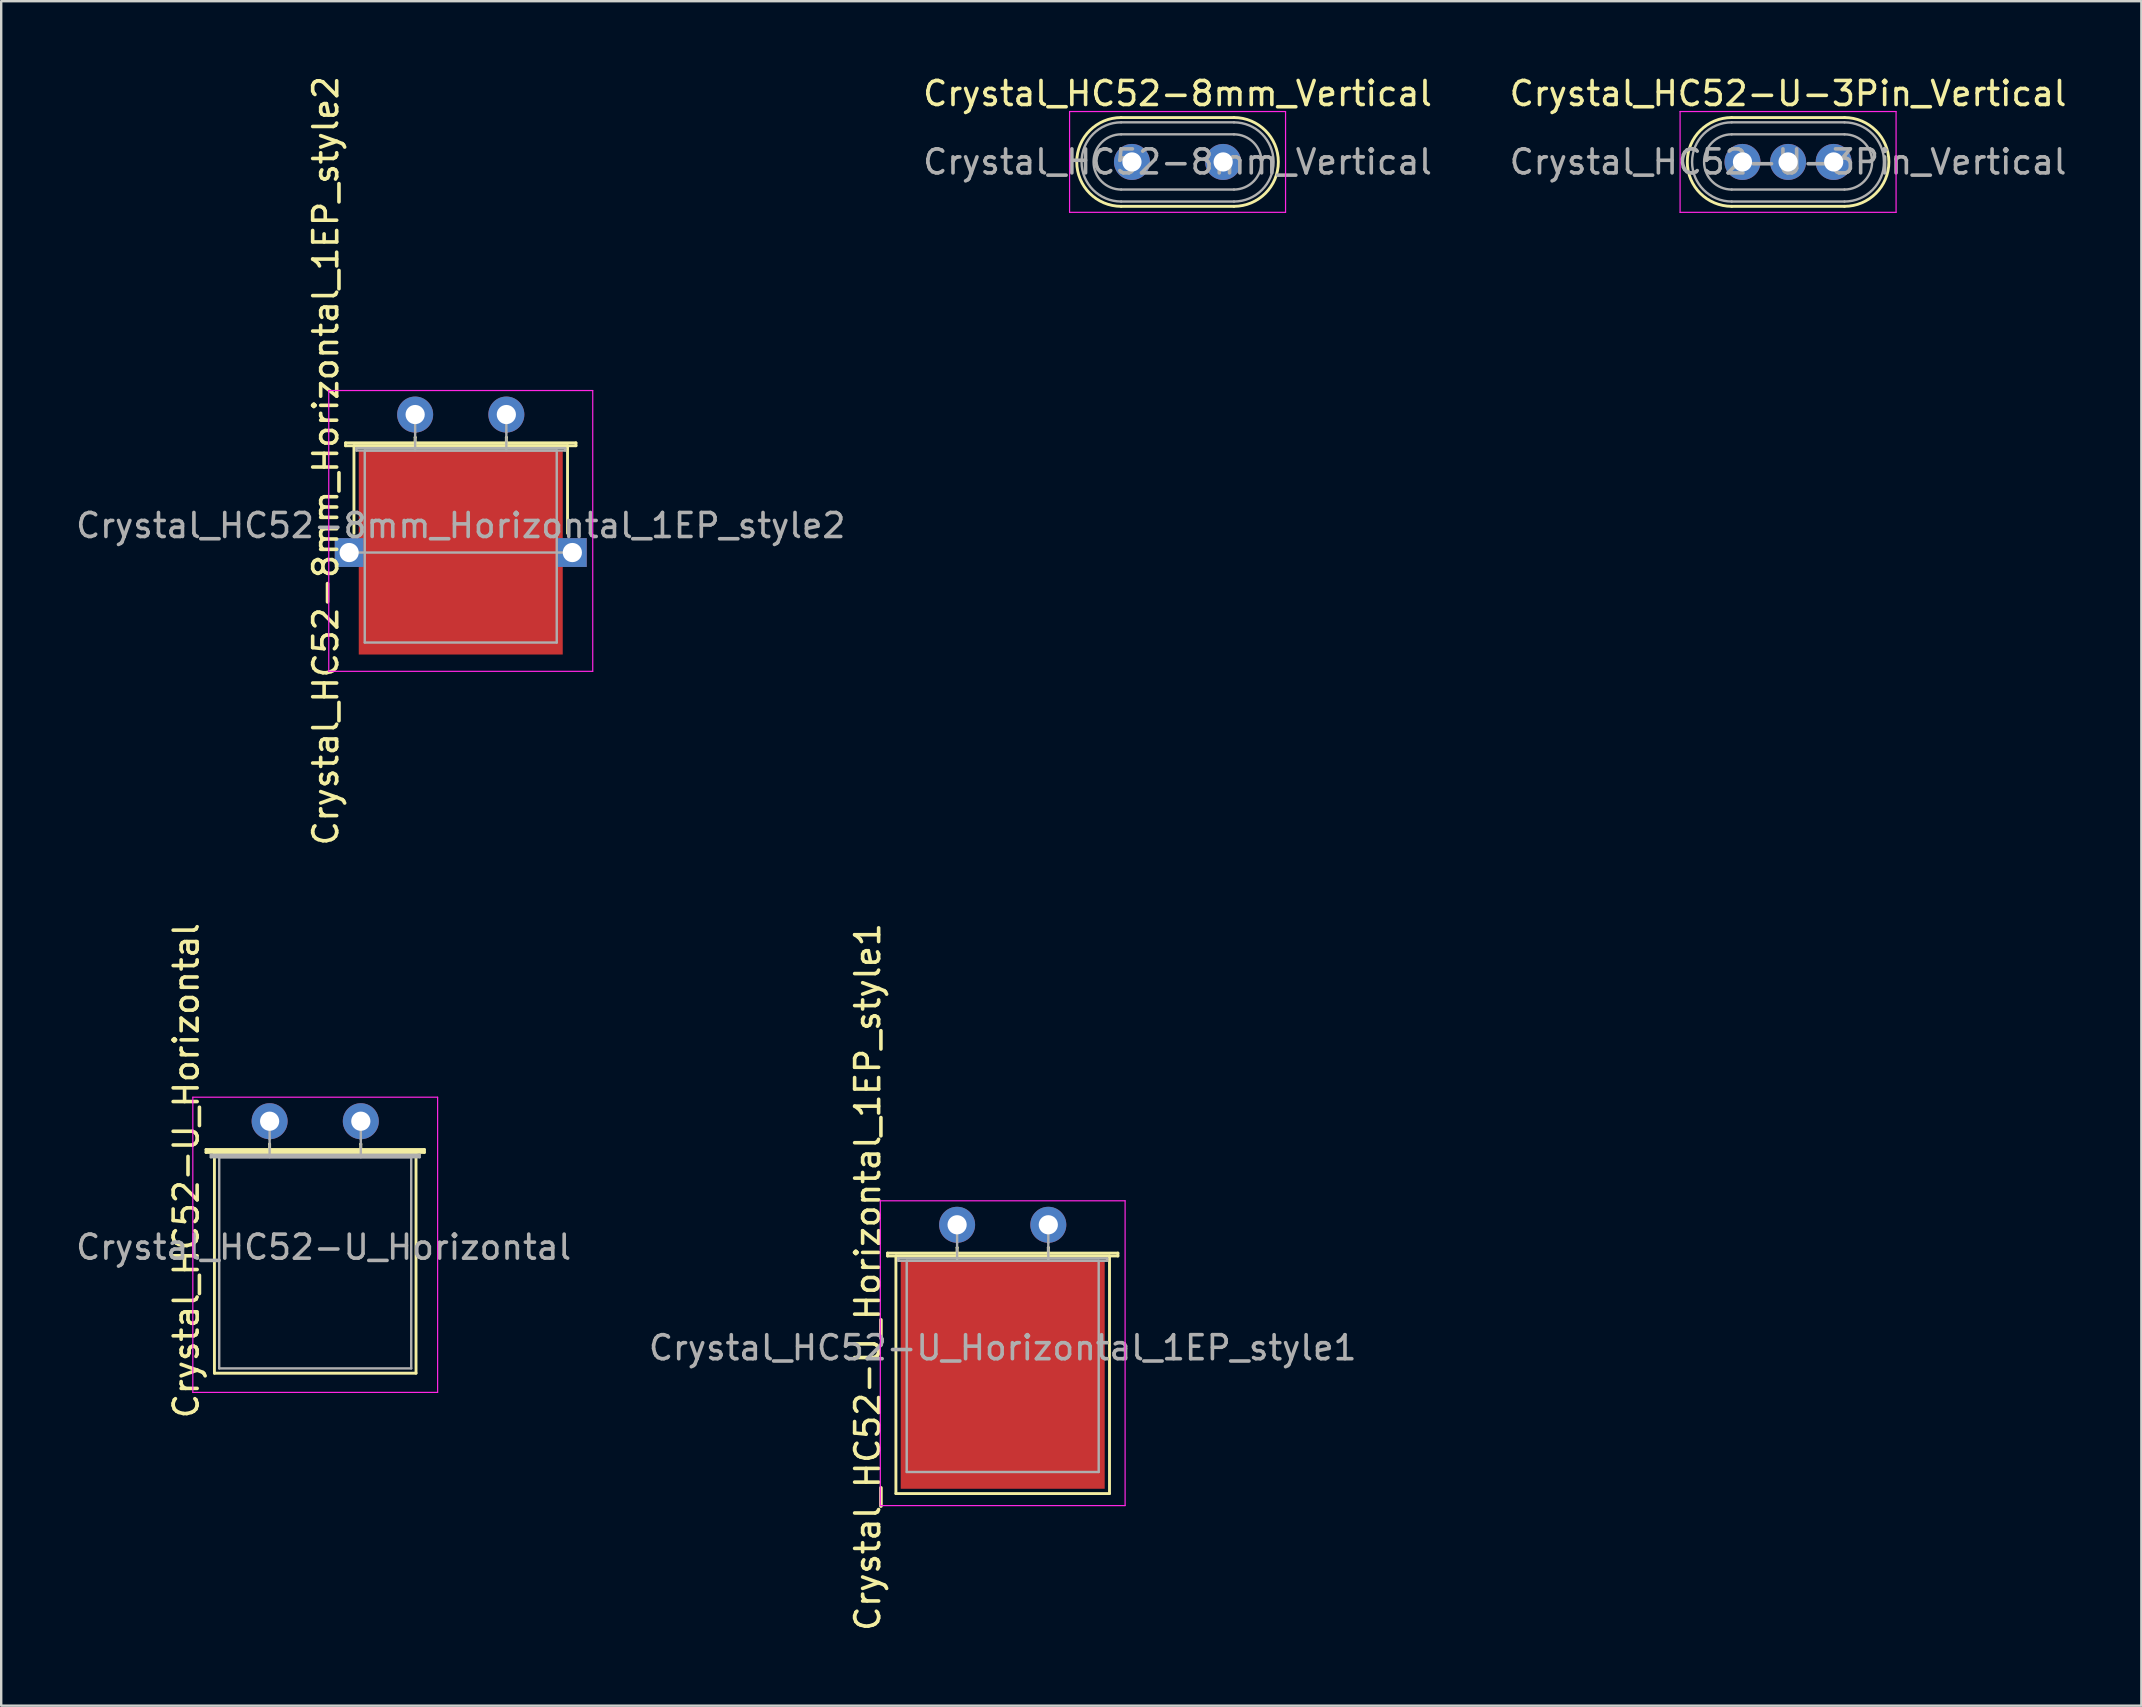
<source format=kicad_pcb>
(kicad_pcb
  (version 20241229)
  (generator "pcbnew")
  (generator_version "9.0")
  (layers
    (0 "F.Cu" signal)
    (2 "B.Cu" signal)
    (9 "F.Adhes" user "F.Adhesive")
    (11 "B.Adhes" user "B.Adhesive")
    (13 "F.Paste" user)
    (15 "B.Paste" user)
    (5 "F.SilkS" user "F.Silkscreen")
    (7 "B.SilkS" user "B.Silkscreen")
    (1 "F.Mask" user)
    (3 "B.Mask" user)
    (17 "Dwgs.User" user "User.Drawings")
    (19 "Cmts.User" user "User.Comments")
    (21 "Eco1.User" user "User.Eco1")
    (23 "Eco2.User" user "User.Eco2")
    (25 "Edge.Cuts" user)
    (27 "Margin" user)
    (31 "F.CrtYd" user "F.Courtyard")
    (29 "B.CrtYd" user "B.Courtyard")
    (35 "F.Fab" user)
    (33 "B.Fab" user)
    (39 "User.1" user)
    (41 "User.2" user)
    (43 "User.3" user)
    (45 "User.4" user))
  (footprint "Crystal_HC52-8mm_Vertical"
    (layer "F.Cu")
    (at 44.118 3.698)
    (property "Reference" "Crystal_HC52-8mm_Vertical" (at 1.9 -2.85 0) (layer "F.SilkS") (effects (font (size 1 1) (thickness 0.15))))
    (attr through_hole)
    (fp_line (start -0.45 -1.85) (end 4.25 -1.85) (stroke (width 0.12) (type solid)) (layer "F.SilkS"))
    (fp_line (start -0.45 1.85) (end 4.25 1.85) (stroke (width 0.12) (type solid)) (layer "F.SilkS"))
    (fp_arc (start -0.45 1.85) (mid -2.3 0) (end -0.45 -1.85) (stroke (width 0.12) (type solid)) (layer "F.SilkS"))
    (fp_arc (start 4.25 -1.85) (mid 6.1 0) (end 4.25 1.85) (stroke (width 0.12) (type solid)) (layer "F.SilkS"))
    (fp_line (start -2.6 -2.1) (end -2.6 2.1) (stroke (width 0.05) (type solid)) (layer "F.CrtYd"))
    (fp_line (start -2.6 2.1) (end 6.4 2.1) (stroke (width 0.05) (type solid)) (layer "F.CrtYd"))
    (fp_line (start 6.4 -2.1) (end -2.6 -2.1) (stroke (width 0.05) (type solid)) (layer "F.CrtYd"))
    (fp_line (start 6.4 2.1) (end 6.4 -2.1) (stroke (width 0.05) (type solid)) (layer "F.CrtYd"))
    (fp_line (start -0.45 -1.65) (end 4.25 -1.65) (stroke (width 0.1) (type solid)) (layer "F.Fab"))
    (fp_line (start -0.45 -1.15) (end 4.25 -1.15) (stroke (width 0.1) (type solid)) (layer "F.Fab"))
    (fp_line (start -0.45 1.15) (end 4.25 1.15) (stroke (width 0.1) (type solid)) (layer "F.Fab"))
    (fp_line (start -0.45 1.65) (end 4.25 1.65) (stroke (width 0.1) (type solid)) (layer "F.Fab"))
    (fp_arc (start -0.45 1.15) (mid -1.6 0) (end -0.45 -1.15) (stroke (width 0.1) (type solid)) (layer "F.Fab"))
    (fp_arc (start -0.45 1.65) (mid -2.1 0) (end -0.45 -1.65) (stroke (width 0.1) (type solid)) (layer "F.Fab"))
    (fp_arc (start 4.25 -1.65) (mid 5.9 0) (end 4.25 1.65) (stroke (width 0.1) (type solid)) (layer "F.Fab"))
    (fp_arc (start 4.25 -1.15) (mid 5.4 0) (end 4.25 1.15) (stroke (width 0.1) (type solid)) (layer "F.Fab"))
    (fp_text user "${REFERENCE}" (at 1.9 0 0) (layer "F.Fab") (effects (font (size 1 1) (thickness 0.15))))
    (pad "1" thru_hole circle (at 0 0) (size 1.5 1.5) (drill 0.8) (layers "*.Cu" "*.Mask"))
    (pad "2" thru_hole circle (at 3.8 0) (size 1.5 1.5) (drill 0.8) (layers "*.Cu" "*.Mask")))
  (footprint "Crystal_HC52-U_Horizontal_1EP_style1"
    (layer "F.Cu")
    (at 36.832 47.986)
    (property "Reference" "Crystal_HC52-U_Horizontal_1EP_style1" (at -3.725 2.175 90) (layer "F.SilkS") (effects (font (size 1 1) (thickness 0.15))))
    (attr through_hole)
    (fp_line (start -2.9 1.18) (end 6.7 1.18) (stroke (width 0.12) (type solid)) (layer "F.SilkS"))
    (fp_line (start -2.9 1.3) (end -2.9 1.18) (stroke (width 0.12) (type solid)) (layer "F.SilkS"))
    (fp_line (start -2.55 1.3) (end -2.55 11.2) (stroke (width 0.12) (type solid)) (layer "F.SilkS"))
    (fp_line (start -2.55 11.2) (end 6.35 11.2) (stroke (width 0.12) (type solid)) (layer "F.SilkS"))
    (fp_line (start 0 0.95) (end 0 0.95) (stroke (width 0.12) (type solid)) (layer "F.SilkS"))
    (fp_line (start 0 1.3) (end 0 0.95) (stroke (width 0.12) (type solid)) (layer "F.SilkS"))
    (fp_line (start 3.8 0.95) (end 3.8 0.95) (stroke (width 0.12) (type solid)) (layer "F.SilkS"))
    (fp_line (start 3.8 1.3) (end 3.8 0.95) (stroke (width 0.12) (type solid)) (layer "F.SilkS"))
    (fp_line (start 6.35 1.3) (end -2.55 1.3) (stroke (width 0.12) (type solid)) (layer "F.SilkS"))
    (fp_line (start 6.35 11.2) (end 6.35 1.3) (stroke (width 0.12) (type solid)) (layer "F.SilkS"))
    (fp_line (start 6.7 1.18) (end 6.7 1.3) (stroke (width 0.12) (type solid)) (layer "F.SilkS"))
    (fp_line (start 6.7 1.3) (end -2.9 1.3) (stroke (width 0.12) (type solid)) (layer "F.SilkS"))
    (fp_line (start -3.2 -1) (end -3.2 11.7) (stroke (width 0.05) (type solid)) (layer "F.CrtYd"))
    (fp_line (start -3.2 11.7) (end 7 11.7) (stroke (width 0.05) (type solid)) (layer "F.CrtYd"))
    (fp_line (start 7 -1) (end -3.2 -1) (stroke (width 0.05) (type solid)) (layer "F.CrtYd"))
    (fp_line (start 7 11.7) (end 7 -1) (stroke (width 0.05) (type solid)) (layer "F.CrtYd"))
    (fp_line (start -2.45 1.4) (end 6.25 1.4) (stroke (width 0.1) (type solid)) (layer "F.Fab"))
    (fp_line (start -2.45 1.5) (end -2.45 1.4) (stroke (width 0.1) (type solid)) (layer "F.Fab"))
    (fp_line (start -2.1 1.5) (end -2.1 10.3) (stroke (width 0.1) (type solid)) (layer "F.Fab"))
    (fp_line (start -2.1 10.3) (end 5.9 10.3) (stroke (width 0.1) (type solid)) (layer "F.Fab"))
    (fp_line (start 0 0.75) (end 0 0) (stroke (width 0.1) (type solid)) (layer "F.Fab"))
    (fp_line (start 0 1.5) (end 0 0.75) (stroke (width 0.1) (type solid)) (layer "F.Fab"))
    (fp_line (start 3.8 0.75) (end 3.8 0) (stroke (width 0.1) (type solid)) (layer "F.Fab"))
    (fp_line (start 3.8 1.5) (end 3.8 0.75) (stroke (width 0.1) (type solid)) (layer "F.Fab"))
    (fp_line (start 5.9 1.5) (end -2.1 1.5) (stroke (width 0.1) (type solid)) (layer "F.Fab"))
    (fp_line (start 5.9 10.3) (end 5.9 1.5) (stroke (width 0.1) (type solid)) (layer "F.Fab"))
    (fp_line (start 6.25 1.4) (end 6.25 1.5) (stroke (width 0.1) (type solid)) (layer "F.Fab"))
    (fp_line (start 6.25 1.5) (end -2.45 1.5) (stroke (width 0.1) (type solid)) (layer "F.Fab"))
    (fp_text user "${REFERENCE}" (at 1.9 5.125 0) (layer "F.Fab") (effects (font (size 1 1) (thickness 0.15))))
    (pad "1" thru_hole circle (at 0 0) (size 1.5 1.5) (drill 0.8) (layers "*.Cu" "*.Mask"))
    (pad "2" thru_hole circle (at 3.8 0) (size 1.5 1.5) (drill 0.8) (layers "*.Cu" "*.Mask"))
    (pad "3" smd rect (at 1.9 6.25) (size 8.5 9.5) (layers "F.Cu" "F.Mask" "F.Paste")))
  (footprint "Crystal_HC52-8mm_Horizontal_1EP_style2"
    (layer "F.Cu")
    (at 14.249 14.224)
    (property "Reference" "Crystal_HC52-8mm_Horizontal_1EP_style2" (at -3.725 1.925 90) (layer "F.SilkS") (effects (font (size 1 1) (thickness 0.15))))
    (attr through_hole)
    (fp_line (start -2.9 1.18) (end 6.7 1.18) (stroke (width 0.12) (type solid)) (layer "F.SilkS"))
    (fp_line (start -2.9 1.3) (end -2.9 1.18) (stroke (width 0.12) (type solid)) (layer "F.SilkS"))
    (fp_line (start -2.55 1.3) (end 6.35 1.3) (stroke (width 0.12) (type solid)) (layer "F.SilkS"))
    (fp_line (start -2.55 4.95) (end -2.55 1.3) (stroke (width 0.12) (type solid)) (layer "F.SilkS"))
    (fp_line (start 0 0.95) (end 0 0.95) (stroke (width 0.12) (type solid)) (layer "F.SilkS"))
    (fp_line (start 0 1.3) (end 0 0.95) (stroke (width 0.12) (type solid)) (layer "F.SilkS"))
    (fp_line (start 3.8 0.95) (end 3.8 0.95) (stroke (width 0.12) (type solid)) (layer "F.SilkS"))
    (fp_line (start 3.8 1.3) (end 3.8 0.95) (stroke (width 0.12) (type solid)) (layer "F.SilkS"))
    (fp_line (start 6.35 1.3) (end 6.35 4.95) (stroke (width 0.12) (type solid)) (layer "F.SilkS"))
    (fp_line (start 6.7 1.18) (end 6.7 1.3) (stroke (width 0.12) (type solid)) (layer "F.SilkS"))
    (fp_line (start 6.7 1.3) (end -2.9 1.3) (stroke (width 0.12) (type solid)) (layer "F.SilkS"))
    (fp_line (start -3.6 -1) (end -3.6 10.7) (stroke (width 0.05) (type solid)) (layer "F.CrtYd"))
    (fp_line (start -3.6 10.7) (end 7.4 10.7) (stroke (width 0.05) (type solid)) (layer "F.CrtYd"))
    (fp_line (start 7.4 -1) (end -3.6 -1) (stroke (width 0.05) (type solid)) (layer "F.CrtYd"))
    (fp_line (start 7.4 10.7) (end 7.4 -1) (stroke (width 0.05) (type solid)) (layer "F.CrtYd"))
    (fp_line (start -2.75 5.75) (end 6.55 5.75) (stroke (width 0.1) (type solid)) (layer "F.Fab"))
    (fp_line (start -2.45 1.4) (end 6.25 1.4) (stroke (width 0.1) (type solid)) (layer "F.Fab"))
    (fp_line (start -2.45 1.5) (end -2.45 1.4) (stroke (width 0.1) (type solid)) (layer "F.Fab"))
    (fp_line (start -2.1 1.5) (end -2.1 9.5) (stroke (width 0.1) (type solid)) (layer "F.Fab"))
    (fp_line (start -2.1 9.5) (end 5.9 9.5) (stroke (width 0.1) (type solid)) (layer "F.Fab"))
    (fp_line (start 0 0.75) (end 0 0) (stroke (width 0.1) (type solid)) (layer "F.Fab"))
    (fp_line (start 0 1.5) (end 0 0.75) (stroke (width 0.1) (type solid)) (layer "F.Fab"))
    (fp_line (start 3.8 0.75) (end 3.8 0) (stroke (width 0.1) (type solid)) (layer "F.Fab"))
    (fp_line (start 3.8 1.5) (end 3.8 0.75) (stroke (width 0.1) (type solid)) (layer "F.Fab"))
    (fp_line (start 5.9 1.5) (end -2.1 1.5) (stroke (width 0.1) (type solid)) (layer "F.Fab"))
    (fp_line (start 5.9 9.5) (end 5.9 1.5) (stroke (width 0.1) (type solid)) (layer "F.Fab"))
    (fp_line (start 6.25 1.4) (end 6.25 1.5) (stroke (width 0.1) (type solid)) (layer "F.Fab"))
    (fp_line (start 6.25 1.5) (end -2.45 1.5) (stroke (width 0.1) (type solid)) (layer "F.Fab"))
    (fp_text user "${REFERENCE}" (at 1.9 4.625 0) (layer "F.Fab") (effects (font (size 1 1) (thickness 0.15))))
    (pad "1" thru_hole circle (at 0 0) (size 1.5 1.5) (drill 0.8) (layers "*.Cu" "*.Mask"))
    (pad "2" thru_hole circle (at 3.8 0) (size 1.5 1.5) (drill 0.8) (layers "*.Cu" "*.Mask"))
    (pad "3" thru_hole rect (at -2.75 5.75) (size 1.2 1.2) (drill 0.8) (layers "*.Cu" "*.Mask"))
    (pad "3" smd rect (at 1.9 5.75) (size 8.5 8.5) (layers "F.Cu" "F.Mask" "F.Paste"))
    (pad "3" thru_hole rect (at 6.55 5.75) (size 1.2 1.2) (drill 0.8) (layers "*.Cu" "*.Mask")))
  (footprint "Crystal_HC52-U-3Pin_Vertical"
    (layer "F.Cu")
    (at 69.558 3.698)
    (property "Reference" "Crystal_HC52-U-3Pin_Vertical" (at 1.9 -2.85 0) (layer "F.SilkS") (effects (font (size 1 1) (thickness 0.15))))
    (attr through_hole)
    (fp_line (start -0.45 -1.85) (end 4.25 -1.85) (stroke (width 0.12) (type solid)) (layer "F.SilkS"))
    (fp_line (start -0.45 1.85) (end 4.25 1.85) (stroke (width 0.12) (type solid)) (layer "F.SilkS"))
    (fp_arc (start -0.45 1.85) (mid -2.3 0) (end -0.45 -1.85) (stroke (width 0.12) (type solid)) (layer "F.SilkS"))
    (fp_arc (start 4.25 -1.85) (mid 6.1 0) (end 4.25 1.85) (stroke (width 0.12) (type solid)) (layer "F.SilkS"))
    (fp_line (start -2.6 -2.1) (end -2.6 2.1) (stroke (width 0.05) (type solid)) (layer "F.CrtYd"))
    (fp_line (start -2.6 2.1) (end 6.4 2.1) (stroke (width 0.05) (type solid)) (layer "F.CrtYd"))
    (fp_line (start 6.4 -2.1) (end -2.6 -2.1) (stroke (width 0.05) (type solid)) (layer "F.CrtYd"))
    (fp_line (start 6.4 2.1) (end 6.4 -2.1) (stroke (width 0.05) (type solid)) (layer "F.CrtYd"))
    (fp_line (start -0.45 -1.65) (end 4.25 -1.65) (stroke (width 0.1) (type solid)) (layer "F.Fab"))
    (fp_line (start -0.45 -1.15) (end 4.25 -1.15) (stroke (width 0.1) (type solid)) (layer "F.Fab"))
    (fp_line (start -0.45 1.15) (end 4.25 1.15) (stroke (width 0.1) (type solid)) (layer "F.Fab"))
    (fp_line (start -0.45 1.65) (end 4.25 1.65) (stroke (width 0.1) (type solid)) (layer "F.Fab"))
    (fp_arc (start -0.45 1.15) (mid -1.6 0) (end -0.45 -1.15) (stroke (width 0.1) (type solid)) (layer "F.Fab"))
    (fp_arc (start -0.45 1.65) (mid -2.1 0) (end -0.45 -1.65) (stroke (width 0.1) (type solid)) (layer "F.Fab"))
    (fp_arc (start 4.25 -1.65) (mid 5.9 0) (end 4.25 1.65) (stroke (width 0.1) (type solid)) (layer "F.Fab"))
    (fp_arc (start 4.25 -1.15) (mid 5.4 0) (end 4.25 1.15) (stroke (width 0.1) (type solid)) (layer "F.Fab"))
    (fp_text user "${REFERENCE}" (at 1.9 0 0) (layer "F.Fab") (effects (font (size 1 1) (thickness 0.15))))
    (pad "1" thru_hole circle (at 0 0) (size 1.5 1.5) (drill 0.8) (layers "*.Cu" "*.Mask"))
    (pad "2" thru_hole circle (at 1.9 0) (size 1.5 1.5) (drill 0.8) (layers "*.Cu" "*.Mask"))
    (pad "3" thru_hole circle (at 3.8 0) (size 1.5 1.5) (drill 0.8) (layers "*.Cu" "*.Mask")))
  (footprint "Crystal_HC52-U_Horizontal"
    (layer "F.Cu")
    (at 8.185 43.67)
    (property "Reference" "Crystal_HC52-U_Horizontal" (at -3.475 2.062 90) (layer "F.SilkS") (effects (font (size 1 1) (thickness 0.15))))
    (attr through_hole)
    (fp_line (start -2.65 1.18) (end 6.45 1.18) (stroke (width 0.12) (type solid)) (layer "F.SilkS"))
    (fp_line (start -2.65 1.3) (end -2.65 1.18) (stroke (width 0.12) (type solid)) (layer "F.SilkS"))
    (fp_line (start -2.3 1.3) (end -2.3 10.5) (stroke (width 0.12) (type solid)) (layer "F.SilkS"))
    (fp_line (start -2.3 10.5) (end 6.1 10.5) (stroke (width 0.12) (type solid)) (layer "F.SilkS"))
    (fp_line (start 0 0.95) (end 0 0.95) (stroke (width 0.12) (type solid)) (layer "F.SilkS"))
    (fp_line (start 0 1.3) (end 0 0.95) (stroke (width 0.12) (type solid)) (layer "F.SilkS"))
    (fp_line (start 3.8 0.95) (end 3.8 0.95) (stroke (width 0.12) (type solid)) (layer "F.SilkS"))
    (fp_line (start 3.8 1.3) (end 3.8 0.95) (stroke (width 0.12) (type solid)) (layer "F.SilkS"))
    (fp_line (start 6.1 1.3) (end -2.3 1.3) (stroke (width 0.12) (type solid)) (layer "F.SilkS"))
    (fp_line (start 6.1 10.5) (end 6.1 1.3) (stroke (width 0.12) (type solid)) (layer "F.SilkS"))
    (fp_line (start 6.45 1.18) (end 6.45 1.3) (stroke (width 0.12) (type solid)) (layer "F.SilkS"))
    (fp_line (start 6.45 1.3) (end -2.65 1.3) (stroke (width 0.12) (type solid)) (layer "F.SilkS"))
    (fp_line (start -3.2 -1) (end -3.2 11.3) (stroke (width 0.05) (type solid)) (layer "F.CrtYd"))
    (fp_line (start -3.2 11.3) (end 7 11.3) (stroke (width 0.05) (type solid)) (layer "F.CrtYd"))
    (fp_line (start 7 -1) (end -3.2 -1) (stroke (width 0.05) (type solid)) (layer "F.CrtYd"))
    (fp_line (start 7 11.3) (end 7 -1) (stroke (width 0.05) (type solid)) (layer "F.CrtYd"))
    (fp_line (start -2.45 1.4) (end 6.25 1.4) (stroke (width 0.1) (type solid)) (layer "F.Fab"))
    (fp_line (start -2.45 1.5) (end -2.45 1.4) (stroke (width 0.1) (type solid)) (layer "F.Fab"))
    (fp_line (start -2.1 1.5) (end -2.1 10.3) (stroke (width 0.1) (type solid)) (layer "F.Fab"))
    (fp_line (start -2.1 10.3) (end 5.9 10.3) (stroke (width 0.1) (type solid)) (layer "F.Fab"))
    (fp_line (start 0 0.75) (end 0 0) (stroke (width 0.1) (type solid)) (layer "F.Fab"))
    (fp_line (start 0 1.5) (end 0 0.75) (stroke (width 0.1) (type solid)) (layer "F.Fab"))
    (fp_line (start 3.8 0.75) (end 3.8 0) (stroke (width 0.1) (type solid)) (layer "F.Fab"))
    (fp_line (start 3.8 1.5) (end 3.8 0.75) (stroke (width 0.1) (type solid)) (layer "F.Fab"))
    (fp_line (start 5.9 1.5) (end -2.1 1.5) (stroke (width 0.1) (type solid)) (layer "F.Fab"))
    (fp_line (start 5.9 10.3) (end 5.9 1.5) (stroke (width 0.1) (type solid)) (layer "F.Fab"))
    (fp_line (start 6.25 1.4) (end 6.25 1.5) (stroke (width 0.1) (type solid)) (layer "F.Fab"))
    (fp_line (start 6.25 1.5) (end -2.45 1.5) (stroke (width 0.1) (type solid)) (layer "F.Fab"))
    (fp_text user "${REFERENCE}" (at 2.25 5.25 0) (layer "F.Fab") (effects (font (size 1 1) (thickness 0.15))))
    (pad "1" thru_hole circle (at 0 0) (size 1.5 1.5) (drill 0.8) (layers "*.Cu" "*.Mask"))
    (pad "2" thru_hole circle (at 3.8 0) (size 1.5 1.5) (drill 0.8) (layers "*.Cu" "*.Mask")))
  (gr_rect
    (start -3 -3)
    (end 86.179 68.024)
    (stroke (width 0.1) (type default))
    (fill no)
    (layer "Edge.Cuts")))
</source>
